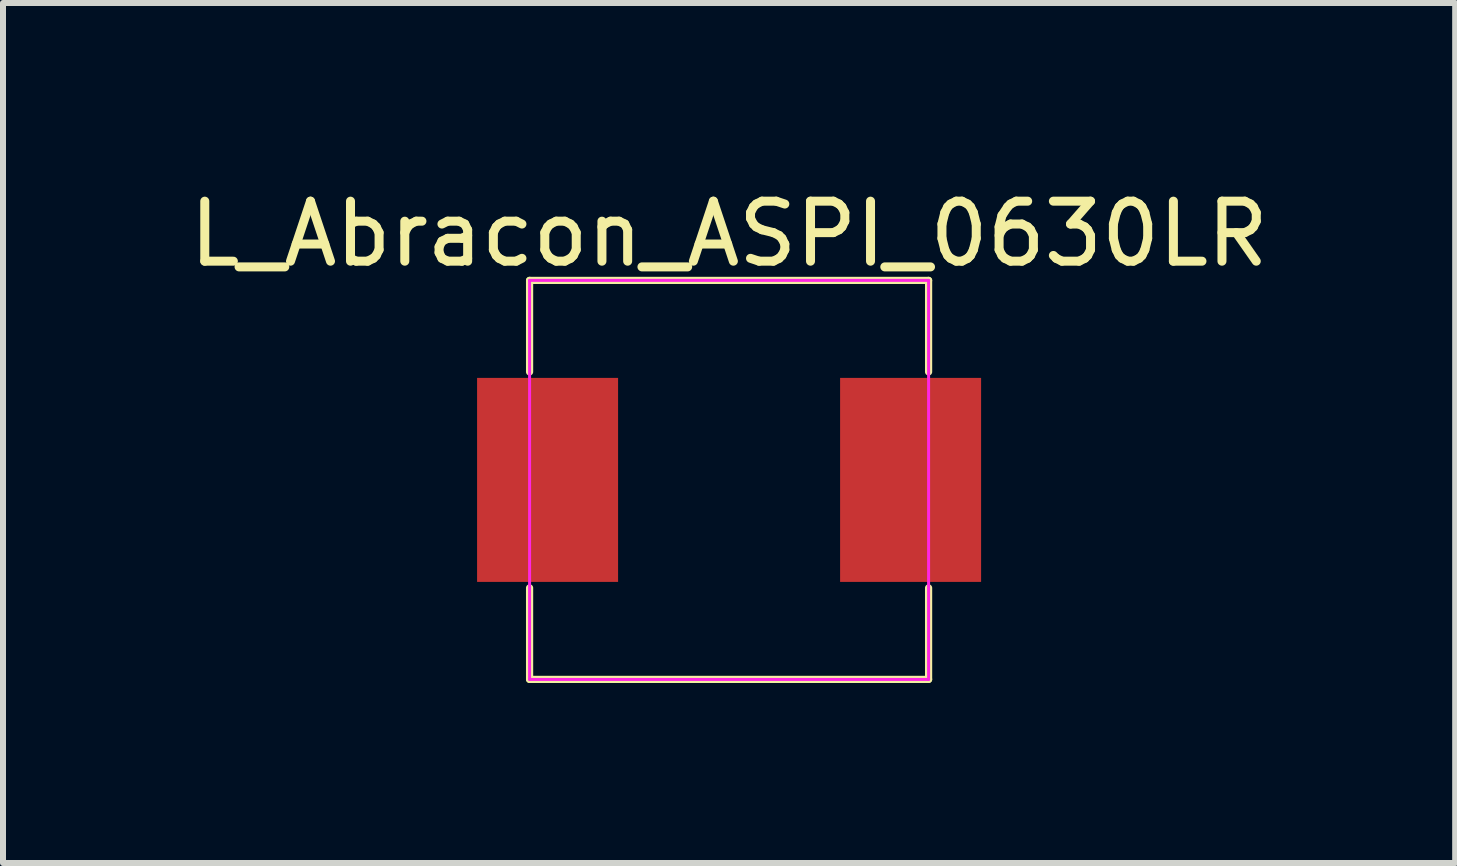
<source format=kicad_pcb>
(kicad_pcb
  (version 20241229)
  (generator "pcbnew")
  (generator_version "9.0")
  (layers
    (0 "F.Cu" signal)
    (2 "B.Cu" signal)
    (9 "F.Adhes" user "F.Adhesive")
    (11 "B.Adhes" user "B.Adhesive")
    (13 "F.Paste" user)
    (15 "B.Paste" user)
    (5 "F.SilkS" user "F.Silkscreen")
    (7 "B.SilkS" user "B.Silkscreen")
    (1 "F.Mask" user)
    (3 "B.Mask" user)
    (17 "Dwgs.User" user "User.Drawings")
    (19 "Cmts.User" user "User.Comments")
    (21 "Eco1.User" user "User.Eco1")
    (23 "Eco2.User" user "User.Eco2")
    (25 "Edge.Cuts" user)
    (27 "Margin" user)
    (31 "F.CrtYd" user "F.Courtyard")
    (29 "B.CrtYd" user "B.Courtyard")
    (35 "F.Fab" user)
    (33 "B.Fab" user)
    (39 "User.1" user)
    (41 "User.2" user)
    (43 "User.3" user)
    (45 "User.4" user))
  (footprint "L_Abracon_ASPI_0630LR"
    (layer "F.Cu")
    (at 9.101 4.948)
    (property "Reference" "L_Abracon_ASPI_0630LR" (at 0 -4.1 0) (layer "F.SilkS") (effects (font (size 1 1) (thickness 0.15))))
    (attr smd)
    (fp_line (start -3.325 -3.325) (end -3.325 -1.8) (stroke (width 0.12) (type solid)) (layer "F.SilkS"))
    (fp_line (start -3.325 -3.325) (end 3.325 -3.325) (stroke (width 0.12) (type solid)) (layer "F.SilkS"))
    (fp_line (start -3.325 1.8) (end -3.325 3.325) (stroke (width 0.12) (type solid)) (layer "F.SilkS"))
    (fp_line (start -3.325 3.325) (end 3.325 3.325) (stroke (width 0.12) (type solid)) (layer "F.SilkS"))
    (fp_line (start 3.325 -3.325) (end 3.325 -1.8) (stroke (width 0.12) (type solid)) (layer "F.SilkS"))
    (fp_line (start 3.325 1.8) (end 3.325 3.325) (stroke (width 0.12) (type solid)) (layer "F.SilkS"))
    (fp_line (start -3.325 -3.325) (end -3.325 3.325) (stroke (width 0.05) (type solid)) (layer "F.CrtYd"))
    (fp_line (start -3.325 -3.325) (end 3.325 -3.325) (stroke (width 0.05) (type solid)) (layer "F.CrtYd"))
    (fp_line (start -3.325 3.325) (end 3.325 3.325) (stroke (width 0.05) (type solid)) (layer "F.CrtYd"))
    (fp_line (start 3.325 -3.325) (end 3.325 3.325) (stroke (width 0.05) (type solid)) (layer "F.CrtYd"))
    (pad "1" smd rect (at -3.025 0) (size 2.35 3.4) (layers "F.Cu" "F.Mask" "F.Paste"))
    (pad "2" smd rect (at 3.025 0) (size 2.35 3.4) (layers "F.Cu" "F.Mask" "F.Paste")))
  (gr_rect
    (start -3 -3)
    (end 21.202 11.333)
    (stroke (width 0.1) (type default))
    (fill no)
    (layer "Edge.Cuts")))
</source>
